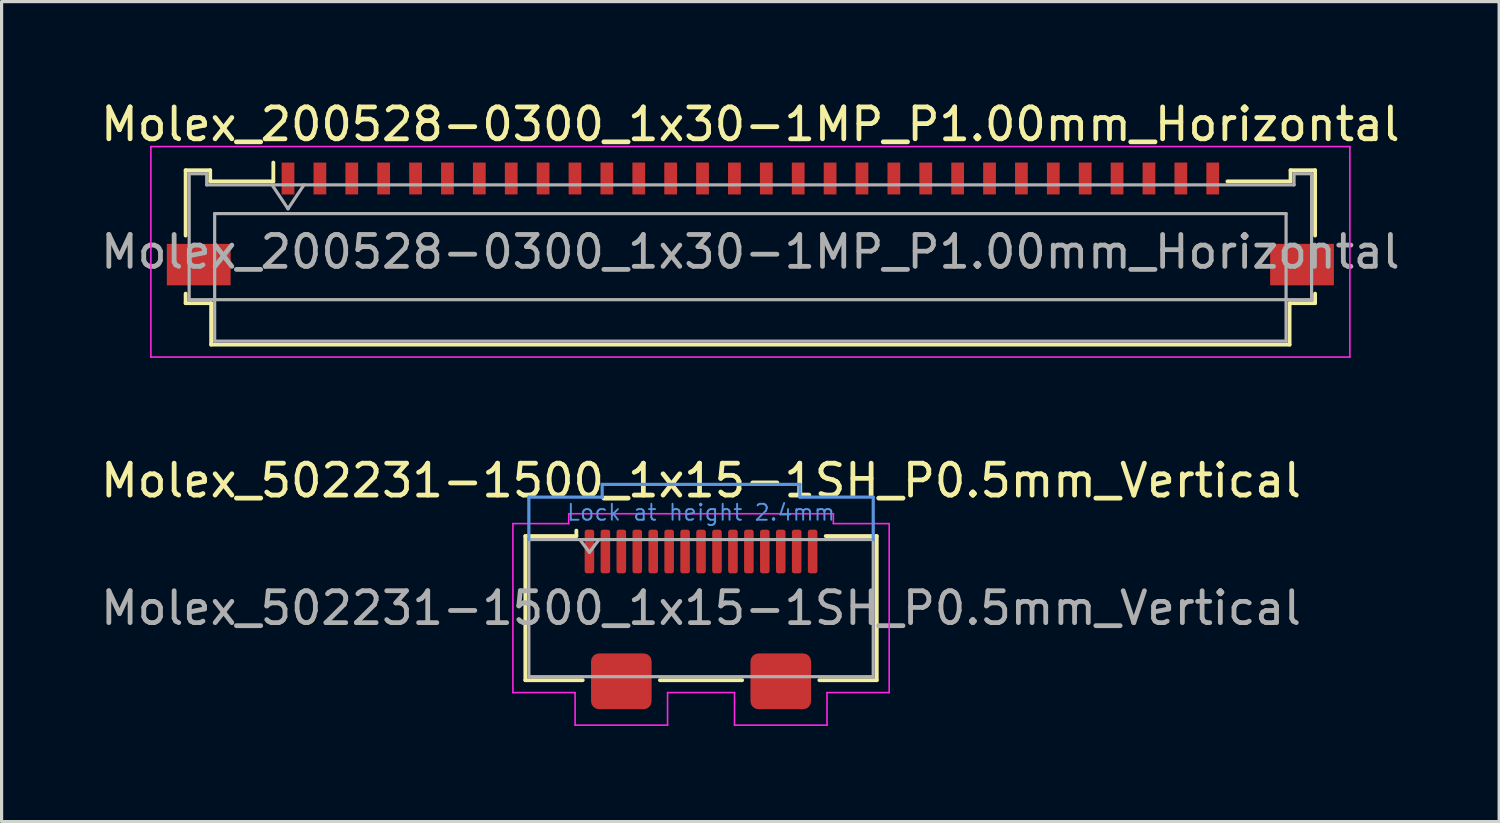
<source format=kicad_pcb>
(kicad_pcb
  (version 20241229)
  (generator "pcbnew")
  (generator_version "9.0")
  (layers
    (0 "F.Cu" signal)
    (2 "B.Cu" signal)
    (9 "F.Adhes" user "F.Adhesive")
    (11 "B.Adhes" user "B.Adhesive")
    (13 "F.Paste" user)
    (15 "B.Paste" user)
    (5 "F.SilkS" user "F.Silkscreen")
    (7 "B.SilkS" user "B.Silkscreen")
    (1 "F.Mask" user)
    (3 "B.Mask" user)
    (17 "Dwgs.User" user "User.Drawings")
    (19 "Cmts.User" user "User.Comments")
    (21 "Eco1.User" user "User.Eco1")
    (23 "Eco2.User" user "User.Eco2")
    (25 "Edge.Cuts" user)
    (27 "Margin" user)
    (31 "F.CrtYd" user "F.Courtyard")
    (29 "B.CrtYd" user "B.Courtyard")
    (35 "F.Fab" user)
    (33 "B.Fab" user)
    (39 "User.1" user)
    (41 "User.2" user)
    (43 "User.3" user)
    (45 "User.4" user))
  (footprint "Molex_502231-1500_1x15-1SH_P0.5mm_Vertical"
    (layer "F.Cu")
    (at 18.935 15.291)
    (property "Reference" "Molex_502231-1500_1x15-1SH_P0.5mm_Vertical" (at 0 -3.27 0) (layer "F.SilkS") (effects (font (size 1 1) (thickness 0.15))))
    (attr smd)
    (fp_line (start -5.51 2.99) (end -5.51 -1.53) (stroke (width 0.12) (type solid)) (layer "F.SilkS"))
    (fp_line (start -3.91 -1.53) (end -5.51 -1.53) (stroke (width 0.12) (type solid)) (layer "F.SilkS"))
    (fp_line (start -3.91 -1.53) (end -3.91 -1.7) (stroke (width 0.12) (type solid)) (layer "F.SilkS"))
    (fp_line (start -3.71 2.99) (end -5.51 2.99) (stroke (width 0.12) (type solid)) (layer "F.SilkS"))
    (fp_line (start -1.29 2.99) (end 1.29 2.99) (stroke (width 0.12) (type solid)) (layer "F.SilkS"))
    (fp_line (start 3.71 2.99) (end 5.51 2.99) (stroke (width 0.12) (type solid)) (layer "F.SilkS"))
    (fp_line (start 3.91 -1.53) (end 5.51 -1.53) (stroke (width 0.12) (type solid)) (layer "F.SilkS"))
    (fp_line (start 5.51 2.99) (end 5.51 -1.53) (stroke (width 0.12) (type solid)) (layer "F.SilkS"))
    (fp_line (start -5.4 -2.75) (end -5.4 -1.42) (stroke (width 0.1) (type solid)) (layer "Cmts.User"))
    (fp_line (start -3.1 -3.15) (end -3.1 -2.75) (stroke (width 0.1) (type solid)) (layer "Cmts.User"))
    (fp_line (start -3.1 -3.15) (end 3.1 -3.15) (stroke (width 0.1) (type solid)) (layer "Cmts.User"))
    (fp_line (start -3.1 -2.75) (end -5.4 -2.75) (stroke (width 0.1) (type solid)) (layer "Cmts.User"))
    (fp_line (start 3.1 -3.15) (end 3.1 -2.75) (stroke (width 0.1) (type solid)) (layer "Cmts.User"))
    (fp_line (start 3.1 -2.75) (end 5.4 -2.75) (stroke (width 0.1) (type solid)) (layer "Cmts.User"))
    (fp_line (start 5.4 -2.75) (end 5.4 -1.42) (stroke (width 0.1) (type solid)) (layer "Cmts.User"))
    (fp_line (start -5.9 -1.92) (end -4.15 -1.92) (stroke (width 0.05) (type solid)) (layer "F.CrtYd"))
    (fp_line (start -5.9 3.38) (end -5.9 -1.92) (stroke (width 0.05) (type solid)) (layer "F.CrtYd"))
    (fp_line (start -4.15 -1.92) (end -4.15 -2.23) (stroke (width 0.05) (type solid)) (layer "F.CrtYd"))
    (fp_line (start -3.95 3.38) (end -5.9 3.38) (stroke (width 0.05) (type solid)) (layer "F.CrtYd"))
    (fp_line (start -3.95 3.38) (end -3.95 4.4) (stroke (width 0.05) (type solid)) (layer "F.CrtYd"))
    (fp_line (start -1.05 3.38) (end -1.05 4.4) (stroke (width 0.05) (type solid)) (layer "F.CrtYd"))
    (fp_line (start -1.05 4.4) (end -3.95 4.4) (stroke (width 0.05) (type solid)) (layer "F.CrtYd"))
    (fp_line (start 1.05 3.38) (end -1.05 3.38) (stroke (width 0.05) (type solid)) (layer "F.CrtYd"))
    (fp_line (start 1.05 3.38) (end 1.05 4.4) (stroke (width 0.05) (type solid)) (layer "F.CrtYd"))
    (fp_line (start 1.05 4.4) (end 3.95 4.4) (stroke (width 0.05) (type solid)) (layer "F.CrtYd"))
    (fp_line (start 3.95 3.38) (end 3.95 4.4) (stroke (width 0.05) (type solid)) (layer "F.CrtYd"))
    (fp_line (start 3.95 3.38) (end 5.9 3.38) (stroke (width 0.05) (type solid)) (layer "F.CrtYd"))
    (fp_line (start 4.15 -2.23) (end -4.15 -2.23) (stroke (width 0.05) (type solid)) (layer "F.CrtYd"))
    (fp_line (start 4.15 -1.92) (end 4.15 -2.23) (stroke (width 0.05) (type solid)) (layer "F.CrtYd"))
    (fp_line (start 5.9 -1.92) (end 4.15 -1.92) (stroke (width 0.05) (type solid)) (layer "F.CrtYd"))
    (fp_line (start 5.9 3.38) (end 5.9 -1.92) (stroke (width 0.05) (type solid)) (layer "F.CrtYd"))
    (fp_line (start -5.4 -1.42) (end -5.4 2.88) (stroke (width 0.1) (type solid)) (layer "F.Fab"))
    (fp_line (start -5.4 -1.42) (end 5.4 -1.42) (stroke (width 0.1) (type solid)) (layer "F.Fab"))
    (fp_line (start -5.4 2.88) (end 5.4 2.88) (stroke (width 0.1) (type solid)) (layer "F.Fab"))
    (fp_line (start -3.8 -1.42) (end -3.5 -1.02) (stroke (width 0.1) (type solid)) (layer "F.Fab"))
    (fp_line (start -3.5 -1.02) (end -3.2 -1.42) (stroke (width 0.1) (type solid)) (layer "F.Fab"))
    (fp_line (start 5.4 -1.42) (end 5.4 2.88) (stroke (width 0.1) (type solid)) (layer "F.Fab"))
    (fp_text user "Lock at height 2.4mm" (at 0 -2.27 0) (layer "Cmts.User") (effects (font (size 0.5 0.5) (thickness 0.06))))
    (fp_text user "${REFERENCE}" (at 0 0.73 0) (layer "F.Fab") (effects (font (size 1 1) (thickness 0.15))))
    (pad "1" smd roundrect (at -3.5 -1.045) (size 0.3 1.37) (layers "F.Cu" "F.Mask" "F.Paste") (roundrect_rratio 0.25))
    (pad "2" smd roundrect (at -3 -1.045) (size 0.3 1.37) (layers "F.Cu" "F.Mask" "F.Paste") (roundrect_rratio 0.25))
    (pad "3" smd roundrect (at -2.5 -1.045) (size 0.3 1.37) (layers "F.Cu" "F.Mask" "F.Paste") (roundrect_rratio 0.25))
    (pad "4" smd roundrect (at -2 -1.045) (size 0.3 1.37) (layers "F.Cu" "F.Mask" "F.Paste") (roundrect_rratio 0.25))
    (pad "5" smd roundrect (at -1.5 -1.045) (size 0.3 1.37) (layers "F.Cu" "F.Mask" "F.Paste") (roundrect_rratio 0.25))
    (pad "6" smd roundrect (at -1 -1.045) (size 0.3 1.37) (layers "F.Cu" "F.Mask" "F.Paste") (roundrect_rratio 0.25))
    (pad "7" smd roundrect (at -0.5 -1.045) (size 0.3 1.37) (layers "F.Cu" "F.Mask" "F.Paste") (roundrect_rratio 0.25))
    (pad "8" smd roundrect (at 0 -1.045) (size 0.3 1.37) (layers "F.Cu" "F.Mask" "F.Paste") (roundrect_rratio 0.25))
    (pad "9" smd roundrect (at 0.5 -1.045) (size 0.3 1.37) (layers "F.Cu" "F.Mask" "F.Paste") (roundrect_rratio 0.25))
    (pad "10" smd roundrect (at 1 -1.045) (size 0.3 1.37) (layers "F.Cu" "F.Mask" "F.Paste") (roundrect_rratio 0.25))
    (pad "11" smd roundrect (at 1.5 -1.045) (size 0.3 1.37) (layers "F.Cu" "F.Mask" "F.Paste") (roundrect_rratio 0.25))
    (pad "12" smd roundrect (at 2 -1.045) (size 0.3 1.37) (layers "F.Cu" "F.Mask" "F.Paste") (roundrect_rratio 0.25))
    (pad "13" smd roundrect (at 2.5 -1.045) (size 0.3 1.37) (layers "F.Cu" "F.Mask" "F.Paste") (roundrect_rratio 0.25))
    (pad "14" smd roundrect (at 3 -1.045) (size 0.3 1.37) (layers "F.Cu" "F.Mask" "F.Paste") (roundrect_rratio 0.25))
    (pad "15" smd roundrect (at 3.5 -1.045) (size 0.3 1.37) (layers "F.Cu" "F.Mask" "F.Paste") (roundrect_rratio 0.25))
    (pad "SH" smd roundrect (at -2.5 3.025) (size 1.9 1.75) (layers "F.Cu" "F.Mask" "F.Paste") (roundrect_rratio 0.143))
    (pad "SH" smd roundrect (at 2.5 3.025) (size 1.9 1.75) (layers "F.Cu" "F.Mask" "F.Paste") (roundrect_rratio 0.143)))
  (footprint "Molex_200528-0300_1x30-1MP_P1.00mm_Horizontal"
    (layer "F.Cu")
    (at 20.482 3.458)
    (property "Reference" "Molex_200528-0300_1x30-1MP_P1.00mm_Horizontal" (at 0 -2.61 0) (layer "F.SilkS") (effects (font (size 1 1) (thickness 0.15))))
    (attr smd)
    (fp_line (start -17.71 -1.17) (end -17.71 0.88) (stroke (width 0.12) (type solid)) (layer "F.SilkS"))
    (fp_line (start -17.71 2.7) (end -17.71 3) (stroke (width 0.12) (type solid)) (layer "F.SilkS"))
    (fp_line (start -17.71 3) (end -16.91 3) (stroke (width 0.12) (type solid)) (layer "F.SilkS"))
    (fp_line (start -16.94 -1.17) (end -17.71 -1.17) (stroke (width 0.12) (type solid)) (layer "F.SilkS"))
    (fp_line (start -16.94 -0.82) (end -16.94 -1.17) (stroke (width 0.12) (type solid)) (layer "F.SilkS"))
    (fp_line (start -16.91 3) (end -16.91 4.3) (stroke (width 0.12) (type solid)) (layer "F.SilkS"))
    (fp_line (start -16.91 4.3) (end 16.91 4.3) (stroke (width 0.12) (type solid)) (layer "F.SilkS"))
    (fp_line (start -14.96 -1.41) (end -14.96 -0.82) (stroke (width 0.12) (type solid)) (layer "F.SilkS"))
    (fp_line (start -14.96 -0.82) (end -16.94 -0.82) (stroke (width 0.12) (type solid)) (layer "F.SilkS"))
    (fp_line (start 16.91 3) (end 17.71 3) (stroke (width 0.12) (type solid)) (layer "F.SilkS"))
    (fp_line (start 16.91 4.3) (end 16.91 3) (stroke (width 0.12) (type solid)) (layer "F.SilkS"))
    (fp_line (start 16.94 -1.17) (end 16.94 -0.82) (stroke (width 0.12) (type solid)) (layer "F.SilkS"))
    (fp_line (start 16.94 -0.82) (end 14.96 -0.82) (stroke (width 0.12) (type solid)) (layer "F.SilkS"))
    (fp_line (start 17.71 -1.17) (end 16.94 -1.17) (stroke (width 0.12) (type solid)) (layer "F.SilkS"))
    (fp_line (start 17.71 0.88) (end 17.71 -1.17) (stroke (width 0.12) (type solid)) (layer "F.SilkS"))
    (fp_line (start 17.71 3) (end 17.71 2.7) (stroke (width 0.12) (type solid)) (layer "F.SilkS"))
    (fp_line (start -18.8 -1.91) (end -18.8 4.69) (stroke (width 0.05) (type solid)) (layer "F.CrtYd"))
    (fp_line (start -18.8 4.69) (end 18.8 4.69) (stroke (width 0.05) (type solid)) (layer "F.CrtYd"))
    (fp_line (start 18.8 -1.91) (end -18.8 -1.91) (stroke (width 0.05) (type solid)) (layer "F.CrtYd"))
    (fp_line (start 18.8 4.69) (end 18.8 -1.91) (stroke (width 0.05) (type solid)) (layer "F.CrtYd"))
    (fp_line (start -17.6 -1.06) (end -17.6 2.89) (stroke (width 0.1) (type solid)) (layer "F.Fab"))
    (fp_line (start -17.6 2.89) (end 17.6 2.89) (stroke (width 0.1) (type solid)) (layer "F.Fab"))
    (fp_line (start -17.05 -1.06) (end -17.6 -1.06) (stroke (width 0.1) (type solid)) (layer "F.Fab"))
    (fp_line (start -17.05 -0.71) (end -17.05 -1.06) (stroke (width 0.1) (type solid)) (layer "F.Fab"))
    (fp_line (start -16.8 0.19) (end -16.8 4.19) (stroke (width 0.1) (type solid)) (layer "F.Fab"))
    (fp_line (start -16.8 4.19) (end 16.8 4.19) (stroke (width 0.1) (type solid)) (layer "F.Fab"))
    (fp_line (start -15 -0.71) (end -14.5 0.04) (stroke (width 0.1) (type solid)) (layer "F.Fab"))
    (fp_line (start -14.5 0.04) (end -14 -0.71) (stroke (width 0.1) (type solid)) (layer "F.Fab"))
    (fp_line (start 16.8 0.19) (end -16.8 0.19) (stroke (width 0.1) (type solid)) (layer "F.Fab"))
    (fp_line (start 16.8 4.19) (end 16.8 0.19) (stroke (width 0.1) (type solid)) (layer "F.Fab"))
    (fp_line (start 17.05 -1.06) (end 17.05 -0.71) (stroke (width 0.1) (type solid)) (layer "F.Fab"))
    (fp_line (start 17.05 -0.71) (end -17.05 -0.71) (stroke (width 0.1) (type solid)) (layer "F.Fab"))
    (fp_line (start 17.6 -1.06) (end 17.05 -1.06) (stroke (width 0.1) (type solid)) (layer "F.Fab"))
    (fp_line (start 17.6 2.89) (end 17.6 -1.06) (stroke (width 0.1) (type solid)) (layer "F.Fab"))
    (fp_text user "${REFERENCE}" (at 0 1.39 0) (layer "F.Fab") (effects (font (size 1 1) (thickness 0.15))))
    (pad "1" smd rect (at -14.5 -0.91) (size 0.4 1) (layers "F.Cu" "F.Mask" "F.Paste"))
    (pad "2" smd rect (at -13.5 -0.91) (size 0.4 1) (layers "F.Cu" "F.Mask" "F.Paste"))
    (pad "3" smd rect (at -12.5 -0.91) (size 0.4 1) (layers "F.Cu" "F.Mask" "F.Paste"))
    (pad "4" smd rect (at -11.5 -0.91) (size 0.4 1) (layers "F.Cu" "F.Mask" "F.Paste"))
    (pad "5" smd rect (at -10.5 -0.91) (size 0.4 1) (layers "F.Cu" "F.Mask" "F.Paste"))
    (pad "6" smd rect (at -9.5 -0.91) (size 0.4 1) (layers "F.Cu" "F.Mask" "F.Paste"))
    (pad "7" smd rect (at -8.5 -0.91) (size 0.4 1) (layers "F.Cu" "F.Mask" "F.Paste"))
    (pad "8" smd rect (at -7.5 -0.91) (size 0.4 1) (layers "F.Cu" "F.Mask" "F.Paste"))
    (pad "9" smd rect (at -6.5 -0.91) (size 0.4 1) (layers "F.Cu" "F.Mask" "F.Paste"))
    (pad "10" smd rect (at -5.5 -0.91) (size 0.4 1) (layers "F.Cu" "F.Mask" "F.Paste"))
    (pad "11" smd rect (at -4.5 -0.91) (size 0.4 1) (layers "F.Cu" "F.Mask" "F.Paste"))
    (pad "12" smd rect (at -3.5 -0.91) (size 0.4 1) (layers "F.Cu" "F.Mask" "F.Paste"))
    (pad "13" smd rect (at -2.5 -0.91) (size 0.4 1) (layers "F.Cu" "F.Mask" "F.Paste"))
    (pad "14" smd rect (at -1.5 -0.91) (size 0.4 1) (layers "F.Cu" "F.Mask" "F.Paste"))
    (pad "15" smd rect (at -0.5 -0.91) (size 0.4 1) (layers "F.Cu" "F.Mask" "F.Paste"))
    (pad "16" smd rect (at 0.5 -0.91) (size 0.4 1) (layers "F.Cu" "F.Mask" "F.Paste"))
    (pad "17" smd rect (at 1.5 -0.91) (size 0.4 1) (layers "F.Cu" "F.Mask" "F.Paste"))
    (pad "18" smd rect (at 2.5 -0.91) (size 0.4 1) (layers "F.Cu" "F.Mask" "F.Paste"))
    (pad "19" smd rect (at 3.5 -0.91) (size 0.4 1) (layers "F.Cu" "F.Mask" "F.Paste"))
    (pad "20" smd rect (at 4.5 -0.91) (size 0.4 1) (layers "F.Cu" "F.Mask" "F.Paste"))
    (pad "21" smd rect (at 5.5 -0.91) (size 0.4 1) (layers "F.Cu" "F.Mask" "F.Paste"))
    (pad "22" smd rect (at 6.5 -0.91) (size 0.4 1) (layers "F.Cu" "F.Mask" "F.Paste"))
    (pad "23" smd rect (at 7.5 -0.91) (size 0.4 1) (layers "F.Cu" "F.Mask" "F.Paste"))
    (pad "24" smd rect (at 8.5 -0.91) (size 0.4 1) (layers "F.Cu" "F.Mask" "F.Paste"))
    (pad "25" smd rect (at 9.5 -0.91) (size 0.4 1) (layers "F.Cu" "F.Mask" "F.Paste"))
    (pad "26" smd rect (at 10.5 -0.91) (size 0.4 1) (layers "F.Cu" "F.Mask" "F.Paste"))
    (pad "27" smd rect (at 11.5 -0.91) (size 0.4 1) (layers "F.Cu" "F.Mask" "F.Paste"))
    (pad "28" smd rect (at 12.5 -0.91) (size 0.4 1) (layers "F.Cu" "F.Mask" "F.Paste"))
    (pad "29" smd rect (at 13.5 -0.91) (size 0.4 1) (layers "F.Cu" "F.Mask" "F.Paste"))
    (pad "30" smd rect (at 14.5 -0.91) (size 0.4 1) (layers "F.Cu" "F.Mask" "F.Paste"))
    (pad "MP" smd rect (at -17.3 1.79) (size 2 1.3) (layers "F.Cu" "F.Mask" "F.Paste"))
    (pad "MP" smd rect (at 17.3 1.79) (size 2 1.3) (layers "F.Cu" "F.Mask" "F.Paste")))
  (gr_rect
    (start -3 -3)
    (end 43.964 22.716)
    (stroke (width 0.1) (type default))
    (fill no)
    (layer "Edge.Cuts")))
</source>
